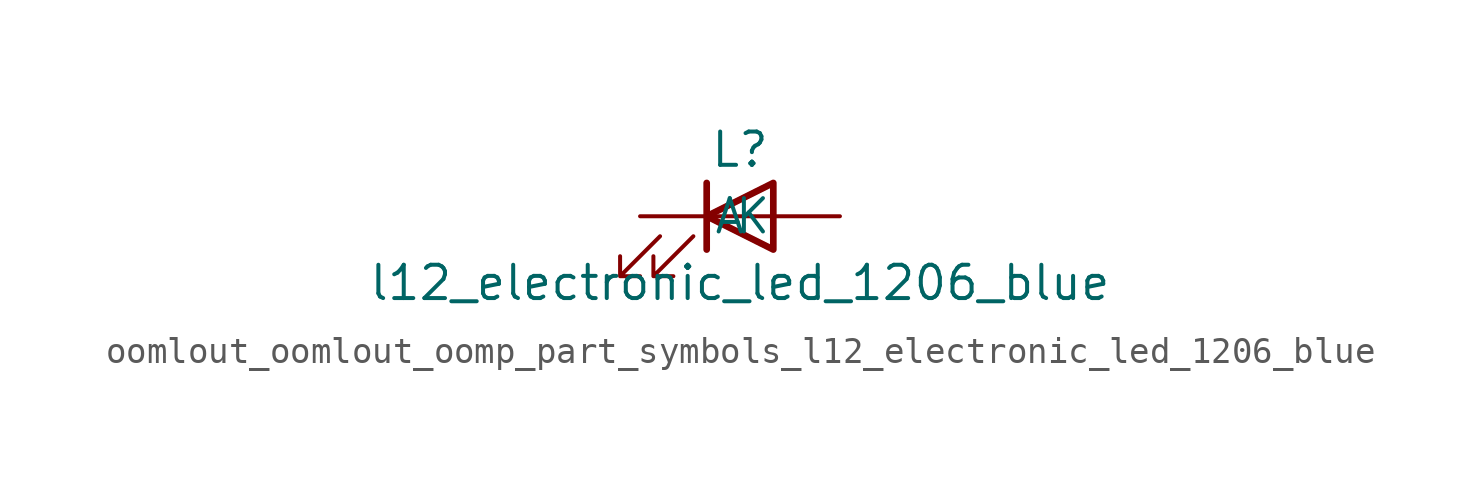
<source format=kicad_sym>
(kicad_symbol_lib
  (version 20220914)
  (generator kicad_symbol_editor)
  (symbol "oomlout_oomlout_oomp_part_symbols_l12_electronic_led_1206_blue"
    (pin_numbers hide)
    (pin_names
      (offset 1.016))
    (property "Reference" "L"
      (at 0 2.54 0)
      (effects (font (size 1.27 1.27))))
    (property "Value" "l12_electronic_led_1206_blue"
      (at 0 -2.54 0)
      (effects (font (size 1.27 1.27))))
    (symbol "oomlout_oomlout_oomp_part_symbols_l12_electronic_led_1206_blue_0_1"
      (polyline (pts (xy -1.27 -1.27) (xy -1.27 1.27)) (stroke (width 0.254) (type default)) (fill (type none)))
      (polyline (pts (xy -1.27 0) (xy 1.27 0)) (stroke (width 0) (type default)) (fill (type none)))
      (polyline (pts (xy 1.27 -1.27) (xy 1.27 1.27) (xy -1.27 0) (xy 1.27 -1.27)) (stroke (width 0.254) (type default)) (fill (type none)))
      (polyline (pts (xy -3.048 -0.762) (xy -4.572 -2.286) (xy -3.81 -2.286) (xy -4.572 -2.286) (xy -4.572 -1.524)) (stroke (width 0) (type default)) (fill (type none)))
      (polyline (pts (xy -1.778 -0.762) (xy -3.302 -2.286) (xy -2.54 -2.286) (xy -3.302 -2.286) (xy -3.302 -1.524)) (stroke (width 0) (type default)) (fill (type none))))
    (symbol "oomlout_oomlout_oomp_part_symbols_l12_electronic_led_1206_blue_1_1"
      (pin passive line (at -3.81 0 0) (length 2.54) (name "K" (effects (font (size 1.27 1.27)))) (number "1" (effects (font (size 1.27 1.27)))))
      (pin passive line (at 3.81 0 180) (length 2.54) (name "A" (effects (font (size 1.27 1.27)))) (number "2" (effects (font (size 1.27 1.27))))))))
</source>
